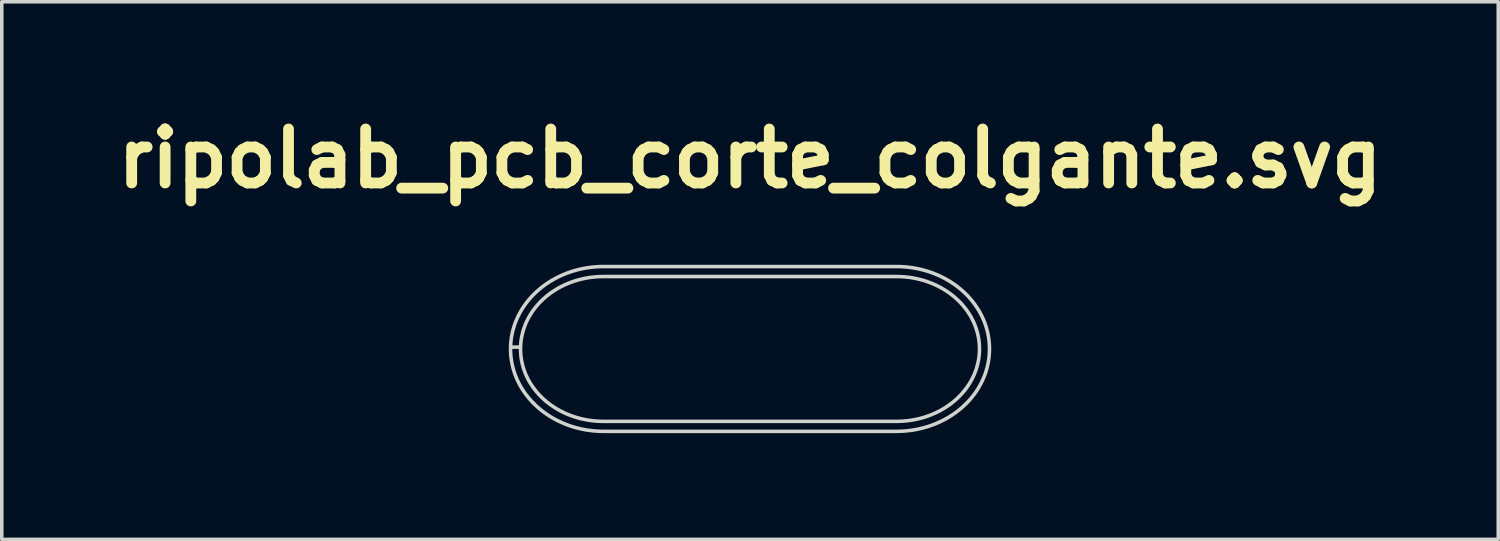
<source format=kicad_pcb>
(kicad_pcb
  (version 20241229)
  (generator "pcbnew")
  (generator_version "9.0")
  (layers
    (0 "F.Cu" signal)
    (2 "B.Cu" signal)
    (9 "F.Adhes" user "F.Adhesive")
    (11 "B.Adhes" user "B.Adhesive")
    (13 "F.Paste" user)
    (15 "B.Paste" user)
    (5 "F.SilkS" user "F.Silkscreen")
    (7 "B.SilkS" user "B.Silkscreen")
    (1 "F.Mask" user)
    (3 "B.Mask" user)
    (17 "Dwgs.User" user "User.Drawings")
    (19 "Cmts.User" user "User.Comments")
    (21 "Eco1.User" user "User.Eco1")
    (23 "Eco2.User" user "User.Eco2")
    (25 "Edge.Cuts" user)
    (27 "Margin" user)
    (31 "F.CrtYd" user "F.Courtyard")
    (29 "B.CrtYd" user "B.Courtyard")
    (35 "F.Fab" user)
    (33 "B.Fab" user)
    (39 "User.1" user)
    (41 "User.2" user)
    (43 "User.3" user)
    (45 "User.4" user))
  (footprint "ripolab_pcb_corte_colgante.svg"
    (layer "F.Cu")
    (at 18.121 6.8)
    (property "Reference" "ripolab_pcb_corte_colgante.svg" (at 0 -5.374 0) (layer "F.SilkS") (effects (font (size 1.524 1.524) (thickness 0.305))))
    (attr smd)
    (fp_poly (pts (xy -4.134 -2.326) (xy -4.134 -2.044) (xy 4.134 -2.044) (xy 4.195 -2.043) (xy 4.256 -2.041) (xy 4.316 -2.038) (xy 4.376 -2.033) (xy 4.435 -2.027) (xy 4.494 -2.02) (xy 4.552 -2.012) (xy 4.61 -2.002) (xy 4.668 -1.991) (xy 4.724 -1.979) (xy 4.781 -1.966) (xy 4.836 -1.951) (xy 4.891 -1.936) (xy 4.946 -1.919) (xy 4.999 -1.901) (xy 5.052 -1.882) (xy 5.105 -1.862) (xy 5.156 -1.841) (xy 5.207 -1.819) (xy 5.258 -1.796) (xy 5.307 -1.772) (xy 5.356 -1.747) (xy 5.404 -1.721) (xy 5.451 -1.693) (xy 5.497 -1.665) (xy 5.542 -1.636) (xy 5.587 -1.606) (xy 5.631 -1.576) (xy 5.674 -1.544) (xy 5.716 -1.511) (xy 5.757 -1.478) (xy 5.797 -1.443) (xy 5.836 -1.408) (xy 5.874 -1.372) (xy 5.911 -1.336) (xy 5.947 -1.298) (xy 5.982 -1.26) (xy 6.016 -1.221) (xy 6.049 -1.181) (xy 6.081 -1.141) (xy 6.112 -1.1) (xy 6.142 -1.058) (xy 6.17 -1.015) (xy 6.198 -0.972) (xy 6.224 -0.929) (xy 6.249 -0.884) (xy 6.273 -0.839) (xy 6.295 -0.794) (xy 6.317 -0.748) (xy 6.337 -0.701) (xy 6.356 -0.654) (xy 6.373 -0.606) (xy 6.39 -0.558) (xy 6.404 -0.509) (xy 6.418 -0.46) (xy 6.43 -0.411) (xy 6.441 -0.361) (xy 6.451 -0.31) (xy 6.459 -0.26) (xy 6.465 -0.208) (xy 6.471 -0.157) (xy 6.474 -0.105) (xy 6.477 -0.053) (xy 6.477 -0.000274) (xy 6.477 0.052) (xy 6.474 0.104) (xy 6.471 0.156) (xy 6.465 0.208) (xy 6.459 0.259) (xy 6.451 0.31) (xy 6.441 0.36) (xy 6.43 0.41) (xy 6.418 0.46) (xy 6.404 0.509) (xy 6.39 0.558) (xy 6.373 0.606) (xy 6.356 0.653) (xy 6.337 0.701) (xy 6.317 0.747) (xy 6.295 0.793) (xy 6.273 0.839) (xy 6.249 0.884) (xy 6.224 0.928) (xy 6.198 0.972) (xy 6.17 1.015) (xy 6.142 1.057) (xy 6.112 1.099) (xy 6.081 1.14) (xy 6.049 1.181) (xy 6.016 1.221) (xy 5.982 1.26) (xy 5.947 1.298) (xy 5.911 1.335) (xy 5.874 1.372) (xy 5.836 1.408) (xy 5.797 1.443) (xy 5.757 1.478) (xy 5.716 1.511) (xy 5.674 1.544) (xy 5.631 1.575) (xy 5.587 1.606) (xy 5.542 1.636) (xy 5.497 1.665) (xy 5.451 1.693) (xy 5.404 1.72) (xy 5.356 1.747) (xy 5.307 1.772) (xy 5.258 1.796) (xy 5.207 1.819) (xy 5.156 1.841) (xy 5.105 1.862) (xy 5.052 1.882) (xy 4.999 1.901) (xy 4.946 1.919) (xy 4.891 1.936) (xy 4.836 1.951) (xy 4.781 1.966) (xy 4.724 1.979) (xy 4.668 1.991) (xy 4.61 2.002) (xy 4.552 2.012) (xy 4.494 2.02) (xy 4.435 2.027) (xy 4.376 2.033) (xy 4.316 2.038) (xy 4.256 2.041) (xy 4.195 2.043) (xy 4.134 2.044) (xy -4.134 2.044) (xy -4.195 2.043) (xy -4.256 2.041) (xy -4.316 2.038) (xy -4.376 2.033) (xy -4.436 2.027) (xy -4.495 2.02) (xy -4.553 2.012) (xy -4.611 2.002) (xy -4.668 1.991) (xy -4.725 1.979) (xy -4.781 1.966) (xy -4.837 1.951) (xy -4.892 1.936) (xy -4.946 1.919) (xy -5 1.901) (xy -5.053 1.882) (xy -5.105 1.862) (xy -5.157 1.841) (xy -5.208 1.819) (xy -5.258 1.796) (xy -5.307 1.772) (xy -5.356 1.747) (xy -5.404 1.72) (xy -5.451 1.693) (xy -5.497 1.665) (xy -5.543 1.636) (xy -5.587 1.606) (xy -5.631 1.575) (xy -5.674 1.544) (xy -5.716 1.511) (xy -5.757 1.478) (xy -5.797 1.443) (xy -5.836 1.408) (xy -5.874 1.372) (xy -5.911 1.335) (xy -5.947 1.298) (xy -5.982 1.26) (xy -6.016 1.221) (xy -6.049 1.181) (xy -6.081 1.14) (xy -6.112 1.099) (xy -6.142 1.057) (xy -6.17 1.015) (xy -6.198 0.972) (xy -6.224 0.928) (xy -6.249 0.884) (xy -6.273 0.839) (xy -6.295 0.793) (xy -6.317 0.747) (xy -6.337 0.701) (xy -6.356 0.653) (xy -6.373 0.606) (xy -6.39 0.558) (xy -6.405 0.509) (xy -6.418 0.46) (xy -6.43 0.41) (xy -6.441 0.36) (xy -6.451 0.31) (xy -6.459 0.259) (xy -6.465 0.208) (xy -6.471 0.156) (xy -6.474 0.104) (xy -6.477 0.052) (xy -6.477 -0.000274) (xy -6.477 -0.053) (xy -6.474 -0.105) (xy -6.471 -0.157) (xy -6.465 -0.208) (xy -6.459 -0.26) (xy -6.451 -0.31) (xy -6.441 -0.361) (xy -6.43 -0.411) (xy -6.418 -0.46) (xy -6.405 -0.509) (xy -6.39 -0.558) (xy -6.373 -0.606) (xy -6.356 -0.654) (xy -6.337 -0.701) (xy -6.317 -0.748) (xy -6.295 -0.794) (xy -6.273 -0.839) (xy -6.249 -0.884) (xy -6.224 -0.929) (xy -6.198 -0.972) (xy -6.17 -1.015) (xy -6.142 -1.058) (xy -6.112 -1.1) (xy -6.081 -1.141) (xy -6.049 -1.181) (xy -6.016 -1.221) (xy -5.982 -1.26) (xy -5.947 -1.298) (xy -5.911 -1.336) (xy -5.874 -1.372) (xy -5.836 -1.408) (xy -5.797 -1.443) (xy -5.757 -1.478) (xy -5.716 -1.511) (xy -5.674 -1.544) (xy -5.631 -1.576) (xy -5.587 -1.606) (xy -5.543 -1.636) (xy -5.497 -1.665) (xy -5.451 -1.693) (xy -5.404 -1.721) (xy -5.356 -1.747) (xy -5.307 -1.772) (xy -5.258 -1.796) (xy -5.208 -1.819) (xy -5.157 -1.841) (xy -5.105 -1.862) (xy -5.053 -1.882) (xy -5 -1.901) (xy -4.946 -1.919) (xy -4.892 -1.936) (xy -4.837 -1.951) (xy -4.781 -1.966) (xy -4.725 -1.979) (xy -4.668 -1.991) (xy -4.611 -2.002) (xy -4.553 -2.012) (xy -4.495 -2.02) (xy -4.436 -2.027) (xy -4.376 -2.033) (xy -4.316 -2.038) (xy -4.256 -2.041) (xy -4.195 -2.043) (xy -4.134 -2.044) (xy -4.134 -2.326) (xy -4.202 -2.325) (xy -4.269 -2.323) (xy -4.335 -2.319) (xy -4.401 -2.314) (xy -4.467 -2.307) (xy -4.532 -2.299) (xy -4.597 -2.29) (xy -4.661 -2.279) (xy -4.725 -2.267) (xy -4.788 -2.253) (xy -4.85 -2.239) (xy -4.912 -2.222) (xy -4.973 -2.205) (xy -5.034 -2.186) (xy -5.094 -2.166) (xy -5.153 -2.145) (xy -5.212 -2.122) (xy -5.269 -2.099) (xy -5.326 -2.074) (xy -5.382 -2.048) (xy -5.438 -2.02) (xy -5.492 -1.992) (xy -5.546 -1.962) (xy -5.599 -1.932) (xy -5.651 -1.9) (xy -5.702 -1.867) (xy -5.752 -1.834) (xy -5.801 -1.799) (xy -5.849 -1.763) (xy -5.897 -1.726) (xy -5.943 -1.688) (xy -5.988 -1.649) (xy -6.032 -1.609) (xy -6.075 -1.569) (xy -6.117 -1.527) (xy -6.158 -1.485) (xy -6.197 -1.441) (xy -6.236 -1.397) (xy -6.273 -1.352) (xy -6.309 -1.306) (xy -6.344 -1.259) (xy -6.378 -1.211) (xy -6.41 -1.163) (xy -6.441 -1.114) (xy -6.471 -1.064) (xy -6.499 -1.014) (xy -6.527 -0.962) (xy -6.552 -0.911) (xy -6.577 -0.858) (xy -6.599 -0.805) (xy -6.621 -0.751) (xy -6.641 -0.696) (xy -6.659 -0.641) (xy -6.676 -0.585) (xy -6.692 -0.529) (xy -6.706 -0.472) (xy -6.718 -0.415) (xy -6.729 -0.357) (xy -6.738 -0.299) (xy -6.746 -0.24) (xy -6.749 -0.21) (xy -6.752 -0.181) (xy -6.754 -0.151) (xy -6.756 -0.121) (xy -6.758 -0.091) (xy -6.759 -0.061) (xy -6.759 -0.031) (xy -6.76 -0.000274) (xy -6.759 0.03) (xy -6.759 0.06) (xy -6.758 0.09) (xy -6.756 0.12) (xy -6.754 0.15) (xy -6.752 0.18) (xy -6.749 0.21) (xy -6.746 0.239) (xy -6.738 0.298) (xy -6.729 0.357) (xy -6.718 0.415) (xy -6.706 0.472) (xy -6.692 0.529) (xy -6.676 0.585) (xy -6.659 0.641) (xy -6.641 0.696) (xy -6.621 0.75) (xy -6.599 0.804) (xy -6.577 0.857) (xy -6.552 0.91) (xy -6.527 0.962) (xy -6.499 1.013) (xy -6.471 1.064) (xy -6.441 1.114) (xy -6.41 1.163) (xy -6.378 1.211) (xy -6.344 1.259) (xy -6.309 1.305) (xy -6.273 1.351) (xy -6.236 1.396) (xy -6.197 1.441) (xy -6.158 1.484) (xy -6.117 1.527) (xy -6.075 1.568) (xy -6.032 1.609) (xy -5.988 1.649) (xy -5.943 1.688) (xy -5.897 1.726) (xy -5.849 1.763) (xy -5.801 1.798) (xy -5.752 1.833) (xy -5.702 1.867) (xy -5.651 1.9) (xy -5.599 1.932) (xy -5.546 1.962) (xy -5.492 1.992) (xy -5.438 2.02) (xy -5.382 2.047) (xy -5.326 2.074) (xy -5.269 2.098) (xy -5.212 2.122) (xy -5.153 2.145) (xy -5.094 2.166) (xy -5.034 2.186) (xy -4.973 2.205) (xy -4.912 2.222) (xy -4.85 2.238) (xy -4.788 2.253) (xy -4.725 2.267) (xy -4.661 2.279) (xy -4.597 2.29) (xy -4.532 2.299) (xy -4.467 2.307) (xy -4.401 2.314) (xy -4.335 2.319) (xy -4.269 2.323) (xy -4.202 2.325) (xy -4.134 2.326) (xy 4.134 2.326) (xy 4.201 2.325) (xy 4.268 2.323) (xy 4.335 2.319) (xy 4.401 2.314) (xy 4.467 2.307) (xy 4.532 2.299) (xy 4.596 2.29) (xy 4.661 2.279) (xy 4.724 2.267) (xy 4.787 2.253) (xy 4.85 2.238) (xy 4.912 2.222) (xy 4.973 2.205) (xy 5.034 2.186) (xy 5.093 2.166) (xy 5.153 2.145) (xy 5.211 2.122) (xy 5.269 2.098) (xy 5.326 2.074) (xy 5.382 2.047) (xy 5.437 2.02) (xy 5.492 1.992) (xy 5.546 1.962) (xy 5.599 1.932) (xy 5.651 1.9) (xy 5.702 1.867) (xy 5.752 1.833) (xy 5.801 1.798) (xy 5.849 1.763) (xy 5.896 1.726) (xy 5.943 1.688) (xy 5.988 1.649) (xy 6.032 1.609) (xy 6.075 1.568) (xy 6.117 1.527) (xy 6.158 1.484) (xy 6.197 1.441) (xy 6.236 1.396) (xy 6.273 1.351) (xy 6.309 1.305) (xy 6.344 1.259) (xy 6.378 1.211) (xy 6.41 1.163) (xy 6.441 1.114) (xy 6.471 1.064) (xy 6.499 1.013) (xy 6.526 0.962) (xy 6.552 0.91) (xy 6.576 0.857) (xy 6.599 0.804) (xy 6.621 0.75) (xy 6.641 0.696) (xy 6.659 0.641) (xy 6.676 0.585) (xy 6.692 0.529) (xy 6.706 0.472) (xy 6.718 0.415) (xy 6.729 0.357) (xy 6.738 0.298) (xy 6.746 0.239) (xy 6.749 0.21) (xy 6.752 0.18) (xy 6.754 0.15) (xy 6.756 0.12) (xy 6.758 0.09) (xy 6.759 0.06) (xy 6.759 0.03) (xy 6.76 -0.000274) (xy 6.759 -0.031) (xy 6.759 -0.061) (xy 6.758 -0.091) (xy 6.756 -0.121) (xy 6.754 -0.151) (xy 6.752 -0.181) (xy 6.749 -0.21) (xy 6.746 -0.24) (xy 6.738 -0.299) (xy 6.729 -0.357) (xy 6.718 -0.415) (xy 6.706 -0.472) (xy 6.692 -0.529) (xy 6.676 -0.585) (xy 6.659 -0.641) (xy 6.641 -0.696) (xy 6.621 -0.751) (xy 6.599 -0.805) (xy 6.576 -0.858) (xy 6.552 -0.911) (xy 6.526 -0.962) (xy 6.499 -1.014) (xy 6.471 -1.064) (xy 6.441 -1.114) (xy 6.41 -1.163) (xy 6.378 -1.211) (xy 6.344 -1.259) (xy 6.309 -1.306) (xy 6.273 -1.352) (xy 6.236 -1.397) (xy 6.197 -1.441) (xy 6.158 -1.485) (xy 6.117 -1.527) (xy 6.075 -1.569) (xy 6.032 -1.609) (xy 5.988 -1.649) (xy 5.943 -1.688) (xy 5.896 -1.726) (xy 5.849 -1.763) (xy 5.801 -1.799) (xy 5.752 -1.834) (xy 5.702 -1.867) (xy 5.651 -1.9) (xy 5.599 -1.932) (xy 5.546 -1.962) (xy 5.492 -1.992) (xy 5.437 -2.02) (xy 5.382 -2.048) (xy 5.326 -2.074) (xy 5.269 -2.099) (xy 5.211 -2.122) (xy 5.153 -2.145) (xy 5.093 -2.166) (xy 5.034 -2.186) (xy 4.973 -2.205) (xy 4.912 -2.222) (xy 4.85 -2.239) (xy 4.787 -2.253) (xy 4.724 -2.267) (xy 4.661 -2.279) (xy 4.596 -2.29) (xy 4.532 -2.299) (xy 4.467 -2.307) (xy 4.401 -2.314) (xy 4.335 -2.319) (xy 4.268 -2.323) (xy 4.201 -2.325) (xy 4.134 -2.326) (xy -4.134 -2.326)) (stroke (width 0.1) (type solid)) (fill no) (layer "Edge.Cuts")))
  (gr_rect
    (start -3 -3)
    (end 39.242 12.176)
    (stroke (width 0.1) (type default))
    (fill no)
    (layer "Edge.Cuts")))
</source>
